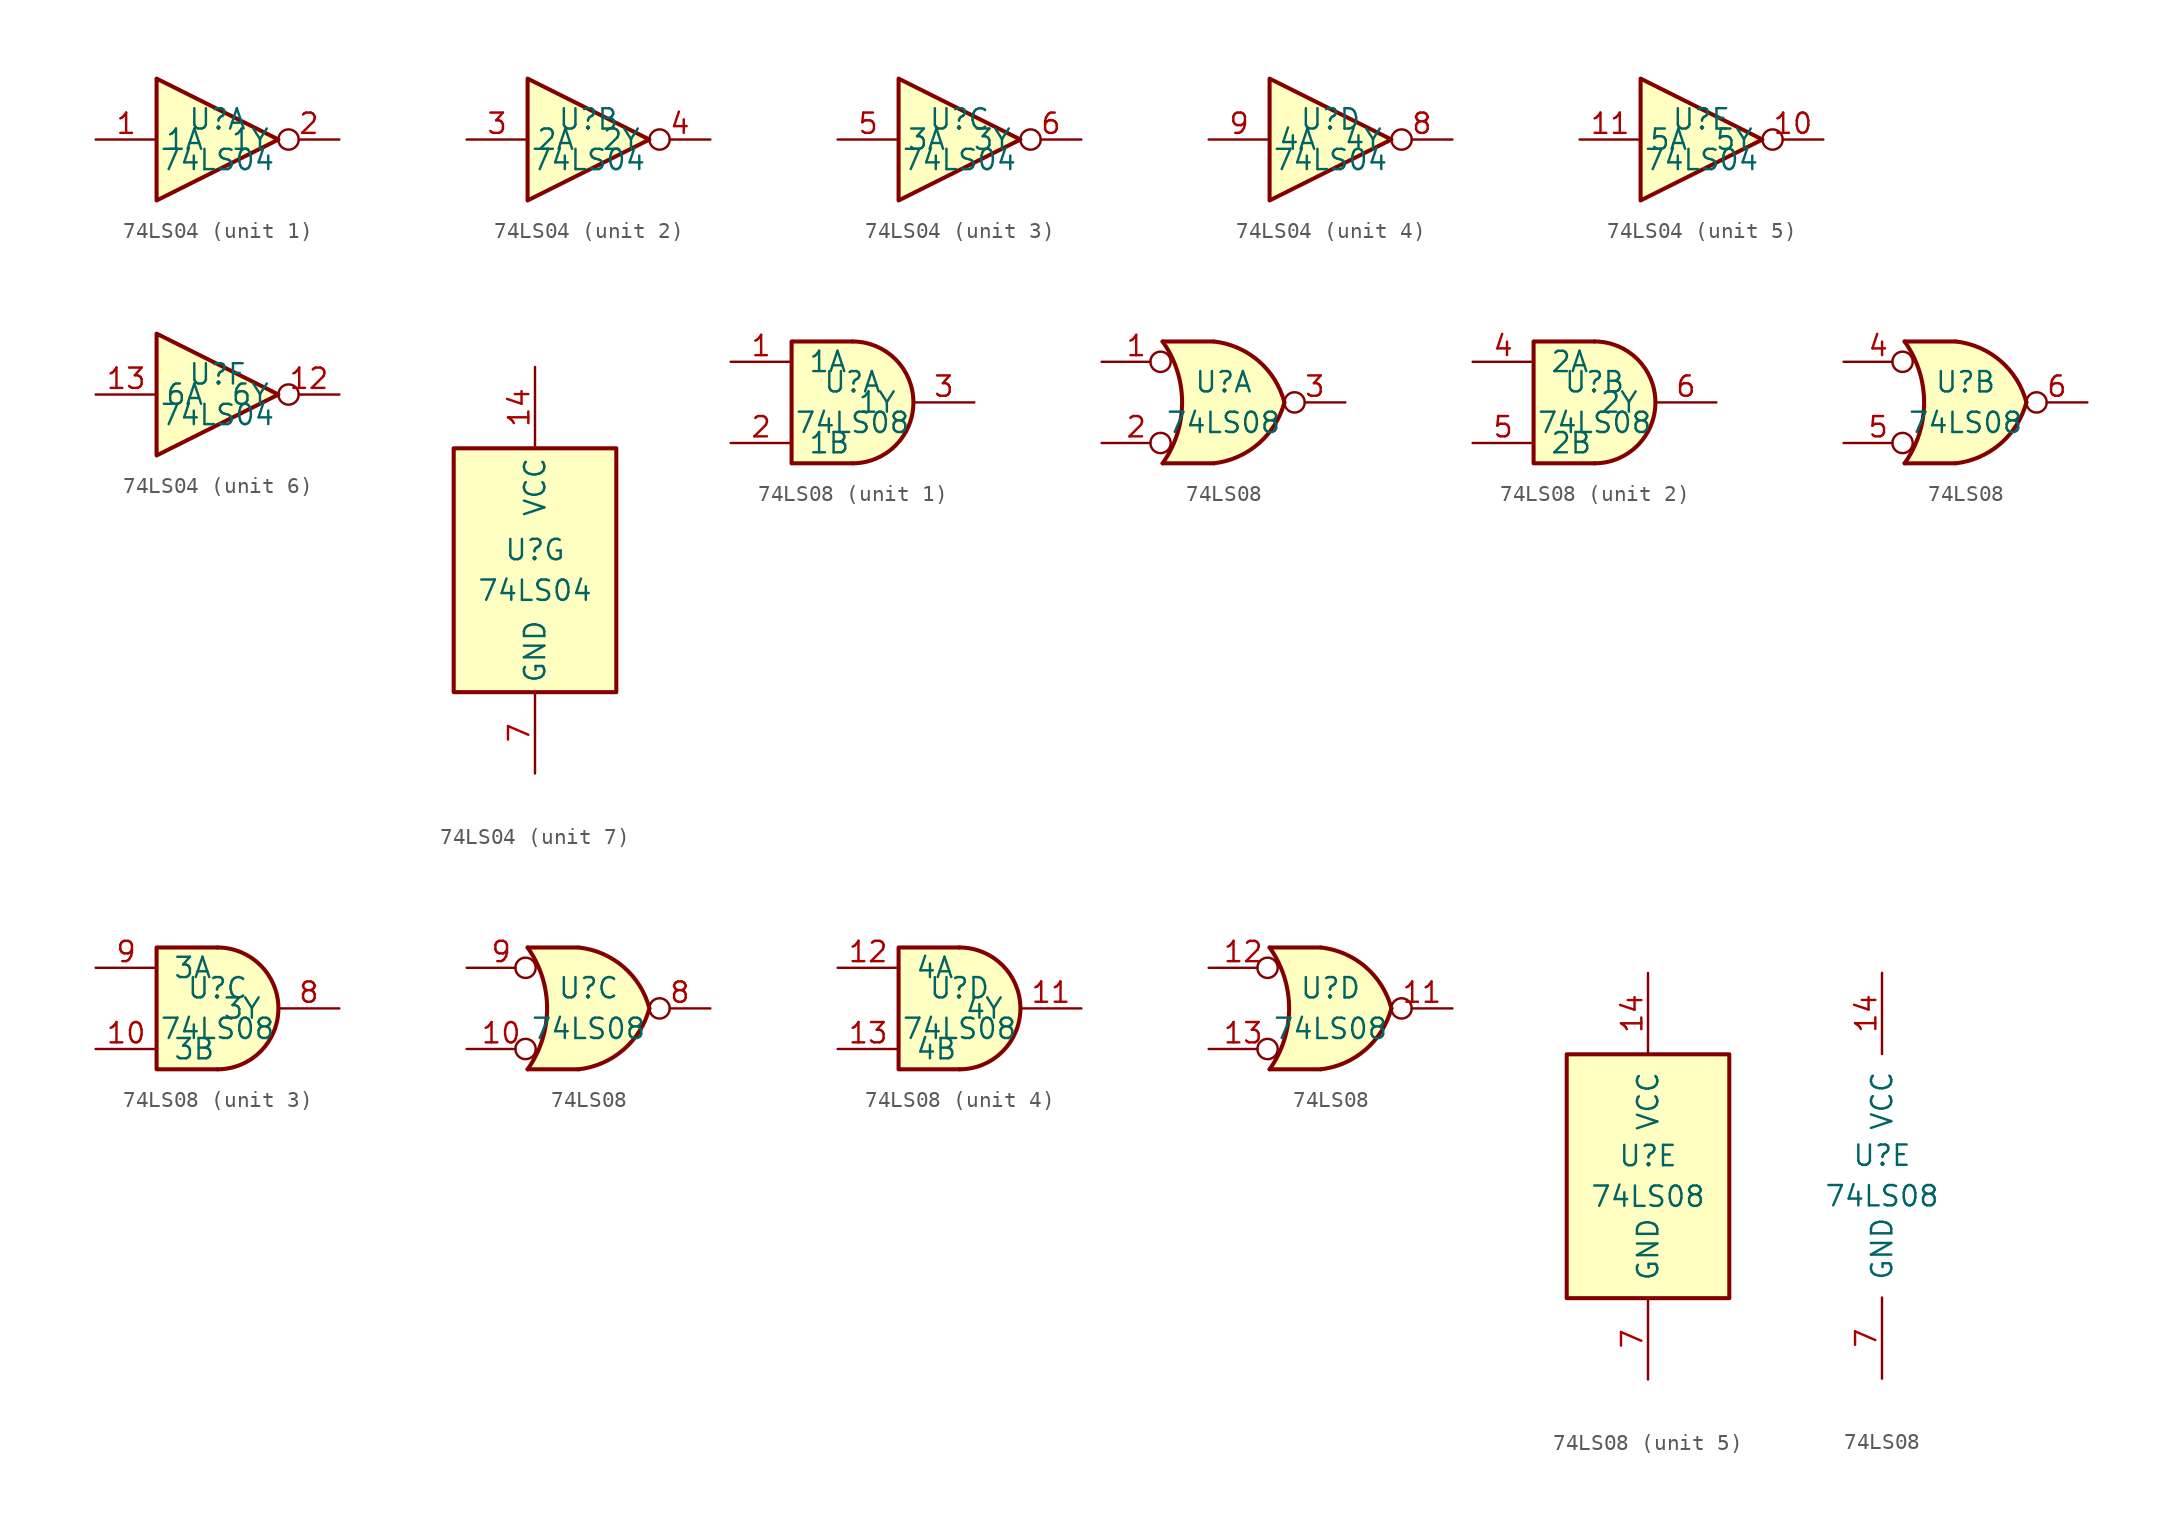
<source format=kicad_sym>
(kicad_symbol_lib
  (version 20231120)
  (generator "kicad_symbol_editor")
  (generator_version "8.0")
  (symbol "74LS04"
    (property "Reference" "U"
      (at 0 1.27 0)
      (effects (font (size 1.27 1.27))))
    (property "Value" "74LS04"
      (at 0 -1.27 0)
      (effects (font (size 1.27 1.27))))
    (property "ki_locked" ""
      (at 0 0 0)
      (effects (font (size 1.27 1.27))))
    (symbol "74LS04_1_0"
      (polyline (pts (xy -3.81 3.81) (xy -3.81 -3.81) (xy 3.81 0) (xy -3.81 3.81)) (stroke (width 0.254) (type default)) (fill (type background)))
      (pin input line (at -7.62 0 0) (length 3.81) (name "1A" (effects (font (size 1.27 1.27)))) (number "1" (effects (font (size 1.27 1.27)))))
      (pin output inverted (at 7.62 0 180) (length 3.81) (name "1Y" (effects (font (size 1.27 1.27)))) (number "2" (effects (font (size 1.27 1.27))))))
    (symbol "74LS04_2_0"
      (polyline (pts (xy -3.81 3.81) (xy -3.81 -3.81) (xy 3.81 0) (xy -3.81 3.81)) (stroke (width 0.254) (type default)) (fill (type background)))
      (pin input line (at -7.62 0 0) (length 3.81) (name "2A" (effects (font (size 1.27 1.27)))) (number "3" (effects (font (size 1.27 1.27)))))
      (pin output inverted (at 7.62 0 180) (length 3.81) (name "2Y" (effects (font (size 1.27 1.27)))) (number "4" (effects (font (size 1.27 1.27))))))
    (symbol "74LS04_3_0"
      (polyline (pts (xy -3.81 3.81) (xy -3.81 -3.81) (xy 3.81 0) (xy -3.81 3.81)) (stroke (width 0.254) (type default)) (fill (type background)))
      (pin input line (at -7.62 0 0) (length 3.81) (name "3A" (effects (font (size 1.27 1.27)))) (number "5" (effects (font (size 1.27 1.27)))))
      (pin output inverted (at 7.62 0 180) (length 3.81) (name "3Y" (effects (font (size 1.27 1.27)))) (number "6" (effects (font (size 1.27 1.27))))))
    (symbol "74LS04_4_0"
      (polyline (pts (xy -3.81 3.81) (xy -3.81 -3.81) (xy 3.81 0) (xy -3.81 3.81)) (stroke (width 0.254) (type default)) (fill (type background)))
      (pin output inverted (at 7.62 0 180) (length 3.81) (name "4Y" (effects (font (size 1.27 1.27)))) (number "8" (effects (font (size 1.27 1.27)))))
      (pin input line (at -7.62 0 0) (length 3.81) (name "4A" (effects (font (size 1.27 1.27)))) (number "9" (effects (font (size 1.27 1.27))))))
    (symbol "74LS04_5_0"
      (polyline (pts (xy -3.81 3.81) (xy -3.81 -3.81) (xy 3.81 0) (xy -3.81 3.81)) (stroke (width 0.254) (type default)) (fill (type background)))
      (pin output inverted (at 7.62 0 180) (length 3.81) (name "5Y" (effects (font (size 1.27 1.27)))) (number "10" (effects (font (size 1.27 1.27)))))
      (pin input line (at -7.62 0 0) (length 3.81) (name "5A" (effects (font (size 1.27 1.27)))) (number "11" (effects (font (size 1.27 1.27))))))
    (symbol "74LS04_6_0"
      (polyline (pts (xy -3.81 3.81) (xy -3.81 -3.81) (xy 3.81 0) (xy -3.81 3.81)) (stroke (width 0.254) (type default)) (fill (type background)))
      (pin output inverted (at 7.62 0 180) (length 3.81) (name "6Y" (effects (font (size 1.27 1.27)))) (number "12" (effects (font (size 1.27 1.27)))))
      (pin input line (at -7.62 0 0) (length 3.81) (name "6A" (effects (font (size 1.27 1.27)))) (number "13" (effects (font (size 1.27 1.27))))))
    (symbol "74LS04_7_0"
      (pin power_in line (at 0 12.7 270) (length 5.08) (name "VCC" (effects (font (size 1.27 1.27)))) (number "14" (effects (font (size 1.27 1.27)))))
      (pin power_in line (at 0 -12.7 90) (length 5.08) (name "GND" (effects (font (size 1.27 1.27)))) (number "7" (effects (font (size 1.27 1.27))))))
    (symbol "74LS04_7_1"
      (rectangle (start -5.08 7.62) (end 5.08 -7.62) (stroke (width 0.254) (type default)) (fill (type background)))))
  (symbol "74LS08"
    (pin_names
      (offset 1.016))
    (property "Reference" "U"
      (at 0 1.27 0)
      (effects (font (size 1.27 1.27))))
    (property "Value" "74LS08"
      (at 0 -1.27 0)
      (effects (font (size 1.27 1.27))))
    (property "ki_locked" ""
      (at 0 0 0)
      (effects (font (size 1.27 1.27))))
    (symbol "74LS08_1_1"
      (arc (start 0 -3.81) (mid 3.7934 0) (end 0 3.81) (stroke (width 0.254) (type default)) (fill (type background)))
      (polyline (pts (xy 0 3.81) (xy -3.81 3.81) (xy -3.81 -3.81) (xy 0 -3.81)) (stroke (width 0.254) (type default)) (fill (type background)))
      (pin input line (at -7.62 2.54 0) (length 3.81) (name "1A" (effects (font (size 1.27 1.27)))) (number "1" (effects (font (size 1.27 1.27)))))
      (pin input line (at -7.62 -2.54 0) (length 3.81) (name "1B" (effects (font (size 1.27 1.27)))) (number "2" (effects (font (size 1.27 1.27)))))
      (pin output line (at 7.62 0 180) (length 3.81) (name "1Y" (effects (font (size 1.27 1.27)))) (number "3" (effects (font (size 1.27 1.27))))))
    (symbol "74LS08_1_2"
      (arc (start -3.81 -3.81) (mid -2.589 0) (end -3.81 3.81) (stroke (width 0.254) (type default)) (fill (type none)))
      (arc (start -0.6096 -3.81) (mid 2.1842 -2.5851) (end 3.81 0) (stroke (width 0.254) (type default)) (fill (type background)))
      (polyline (pts (xy -3.81 -3.81) (xy -0.635 -3.81)) (stroke (width 0.254) (type default)) (fill (type background)))
      (polyline (pts (xy -3.81 3.81) (xy -0.635 3.81)) (stroke (width 0.254) (type default)) (fill (type background)))
      (polyline (pts (xy -0.635 3.81) (xy -3.81 3.81) (xy -3.81 3.81) (xy -3.556 3.404) (xy -3.023 2.261) (xy -2.692 1.041) (xy -2.616 -0.254) (xy -2.769 -1.499) (xy -3.175 -2.718) (xy -3.81 -3.81) (xy -3.81 -3.81) (xy -0.635 -3.81)) (stroke (width -25.4) (type default)) (fill (type background)))
      (arc (start 3.81 0) (mid 2.1915 2.5936) (end -0.6096 3.81) (stroke (width 0.254) (type default)) (fill (type background)))
      (pin input inverted (at -7.62 2.54 0) (length 4.318) (name "~" (effects (font (size 1.27 1.27)))) (number "1" (effects (font (size 1.27 1.27)))))
      (pin input inverted (at -7.62 -2.54 0) (length 4.318) (name "~" (effects (font (size 1.27 1.27)))) (number "2" (effects (font (size 1.27 1.27)))))
      (pin output inverted (at 7.62 0 180) (length 3.81) (name "~" (effects (font (size 1.27 1.27)))) (number "3" (effects (font (size 1.27 1.27))))))
    (symbol "74LS08_2_1"
      (arc (start 0 -3.81) (mid 3.7934 0) (end 0 3.81) (stroke (width 0.254) (type default)) (fill (type background)))
      (polyline (pts (xy 0 3.81) (xy -3.81 3.81) (xy -3.81 -3.81) (xy 0 -3.81)) (stroke (width 0.254) (type default)) (fill (type background)))
      (pin input line (at -7.62 2.54 0) (length 3.81) (name "2A" (effects (font (size 1.27 1.27)))) (number "4" (effects (font (size 1.27 1.27)))))
      (pin input line (at -7.62 -2.54 0) (length 3.81) (name "2B" (effects (font (size 1.27 1.27)))) (number "5" (effects (font (size 1.27 1.27)))))
      (pin input line (at 7.62 0 180) (length 3.81) (name "2Y" (effects (font (size 1.27 1.27)))) (number "6" (effects (font (size 1.27 1.27))))))
    (symbol "74LS08_2_2"
      (arc (start -3.81 -3.81) (mid -2.589 0) (end -3.81 3.81) (stroke (width 0.254) (type default)) (fill (type none)))
      (arc (start -0.6096 -3.81) (mid 2.1842 -2.5851) (end 3.81 0) (stroke (width 0.254) (type default)) (fill (type background)))
      (polyline (pts (xy -3.81 -3.81) (xy -0.635 -3.81)) (stroke (width 0.254) (type default)) (fill (type background)))
      (polyline (pts (xy -3.81 3.81) (xy -0.635 3.81)) (stroke (width 0.254) (type default)) (fill (type background)))
      (polyline (pts (xy -0.635 3.81) (xy -3.81 3.81) (xy -3.81 3.81) (xy -3.556 3.404) (xy -3.023 2.261) (xy -2.692 1.041) (xy -2.616 -0.254) (xy -2.769 -1.499) (xy -3.175 -2.718) (xy -3.81 -3.81) (xy -3.81 -3.81) (xy -0.635 -3.81)) (stroke (width -25.4) (type default)) (fill (type background)))
      (arc (start 3.81 0) (mid 2.1915 2.5936) (end -0.6096 3.81) (stroke (width 0.254) (type default)) (fill (type background)))
      (pin input inverted (at -7.62 2.54 0) (length 4.318) (name "~" (effects (font (size 1.27 1.27)))) (number "4" (effects (font (size 1.27 1.27)))))
      (pin input inverted (at -7.62 -2.54 0) (length 4.318) (name "~" (effects (font (size 1.27 1.27)))) (number "5" (effects (font (size 1.27 1.27)))))
      (pin output inverted (at 7.62 0 180) (length 3.81) (name "~" (effects (font (size 1.27 1.27)))) (number "6" (effects (font (size 1.27 1.27))))))
    (symbol "74LS08_3_1"
      (arc (start 0 -3.81) (mid 3.7934 0) (end 0 3.81) (stroke (width 0.254) (type default)) (fill (type background)))
      (polyline (pts (xy 0 3.81) (xy -3.81 3.81) (xy -3.81 -3.81) (xy 0 -3.81)) (stroke (width 0.254) (type default)) (fill (type background)))
      (pin input line (at -7.62 -2.54 0) (length 3.81) (name "3B" (effects (font (size 1.27 1.27)))) (number "10" (effects (font (size 1.27 1.27)))))
      (pin output line (at 7.62 0 180) (length 3.81) (name "3Y" (effects (font (size 1.27 1.27)))) (number "8" (effects (font (size 1.27 1.27)))))
      (pin input line (at -7.62 2.54 0) (length 3.81) (name "3A" (effects (font (size 1.27 1.27)))) (number "9" (effects (font (size 1.27 1.27))))))
    (symbol "74LS08_3_2"
      (arc (start -3.81 -3.81) (mid -2.589 0) (end -3.81 3.81) (stroke (width 0.254) (type default)) (fill (type none)))
      (arc (start -0.6096 -3.81) (mid 2.1842 -2.5851) (end 3.81 0) (stroke (width 0.254) (type default)) (fill (type background)))
      (polyline (pts (xy -3.81 -3.81) (xy -0.635 -3.81)) (stroke (width 0.254) (type default)) (fill (type background)))
      (polyline (pts (xy -3.81 3.81) (xy -0.635 3.81)) (stroke (width 0.254) (type default)) (fill (type background)))
      (polyline (pts (xy -0.635 3.81) (xy -3.81 3.81) (xy -3.81 3.81) (xy -3.556 3.404) (xy -3.023 2.261) (xy -2.692 1.041) (xy -2.616 -0.254) (xy -2.769 -1.499) (xy -3.175 -2.718) (xy -3.81 -3.81) (xy -3.81 -3.81) (xy -0.635 -3.81)) (stroke (width -25.4) (type default)) (fill (type background)))
      (arc (start 3.81 0) (mid 2.1915 2.5936) (end -0.6096 3.81) (stroke (width 0.254) (type default)) (fill (type background)))
      (pin input inverted (at -7.62 -2.54 0) (length 4.318) (name "~" (effects (font (size 1.27 1.27)))) (number "10" (effects (font (size 1.27 1.27)))))
      (pin output inverted (at 7.62 0 180) (length 3.81) (name "~" (effects (font (size 1.27 1.27)))) (number "8" (effects (font (size 1.27 1.27)))))
      (pin input inverted (at -7.62 2.54 0) (length 4.318) (name "~" (effects (font (size 1.27 1.27)))) (number "9" (effects (font (size 1.27 1.27))))))
    (symbol "74LS08_4_1"
      (arc (start 0 -3.81) (mid 3.7934 0) (end 0 3.81) (stroke (width 0.254) (type default)) (fill (type background)))
      (polyline (pts (xy 0 3.81) (xy -3.81 3.81) (xy -3.81 -3.81) (xy 0 -3.81)) (stroke (width 0.254) (type default)) (fill (type background)))
      (pin output line (at 7.62 0 180) (length 3.81) (name "4Y" (effects (font (size 1.27 1.27)))) (number "11" (effects (font (size 1.27 1.27)))))
      (pin input line (at -7.62 2.54 0) (length 3.81) (name "4A" (effects (font (size 1.27 1.27)))) (number "12" (effects (font (size 1.27 1.27)))))
      (pin input line (at -7.62 -2.54 0) (length 3.81) (name "4B" (effects (font (size 1.27 1.27)))) (number "13" (effects (font (size 1.27 1.27))))))
    (symbol "74LS08_4_2"
      (arc (start -3.81 -3.81) (mid -2.589 0) (end -3.81 3.81) (stroke (width 0.254) (type default)) (fill (type none)))
      (arc (start -0.6096 -3.81) (mid 2.1842 -2.5851) (end 3.81 0) (stroke (width 0.254) (type default)) (fill (type background)))
      (polyline (pts (xy -3.81 -3.81) (xy -0.635 -3.81)) (stroke (width 0.254) (type default)) (fill (type background)))
      (polyline (pts (xy -3.81 3.81) (xy -0.635 3.81)) (stroke (width 0.254) (type default)) (fill (type background)))
      (polyline (pts (xy -0.635 3.81) (xy -3.81 3.81) (xy -3.81 3.81) (xy -3.556 3.404) (xy -3.023 2.261) (xy -2.692 1.041) (xy -2.616 -0.254) (xy -2.769 -1.499) (xy -3.175 -2.718) (xy -3.81 -3.81) (xy -3.81 -3.81) (xy -0.635 -3.81)) (stroke (width -25.4) (type default)) (fill (type background)))
      (arc (start 3.81 0) (mid 2.1915 2.5936) (end -0.6096 3.81) (stroke (width 0.254) (type default)) (fill (type background)))
      (pin output inverted (at 7.62 0 180) (length 3.81) (name "~" (effects (font (size 1.27 1.27)))) (number "11" (effects (font (size 1.27 1.27)))))
      (pin input inverted (at -7.62 2.54 0) (length 4.318) (name "~" (effects (font (size 1.27 1.27)))) (number "12" (effects (font (size 1.27 1.27)))))
      (pin input inverted (at -7.62 -2.54 0) (length 4.318) (name "~" (effects (font (size 1.27 1.27)))) (number "13" (effects (font (size 1.27 1.27))))))
    (symbol "74LS08_5_0"
      (pin power_in line (at 0 12.7 270) (length 5.08) (name "VCC" (effects (font (size 1.27 1.27)))) (number "14" (effects (font (size 1.27 1.27)))))
      (pin power_in line (at 0 -12.7 90) (length 5.08) (name "GND" (effects (font (size 1.27 1.27)))) (number "7" (effects (font (size 1.27 1.27))))))
    (symbol "74LS08_5_1"
      (rectangle (start -5.08 7.62) (end 5.08 -7.62) (stroke (width 0.254) (type default)) (fill (type background))))))
</source>
